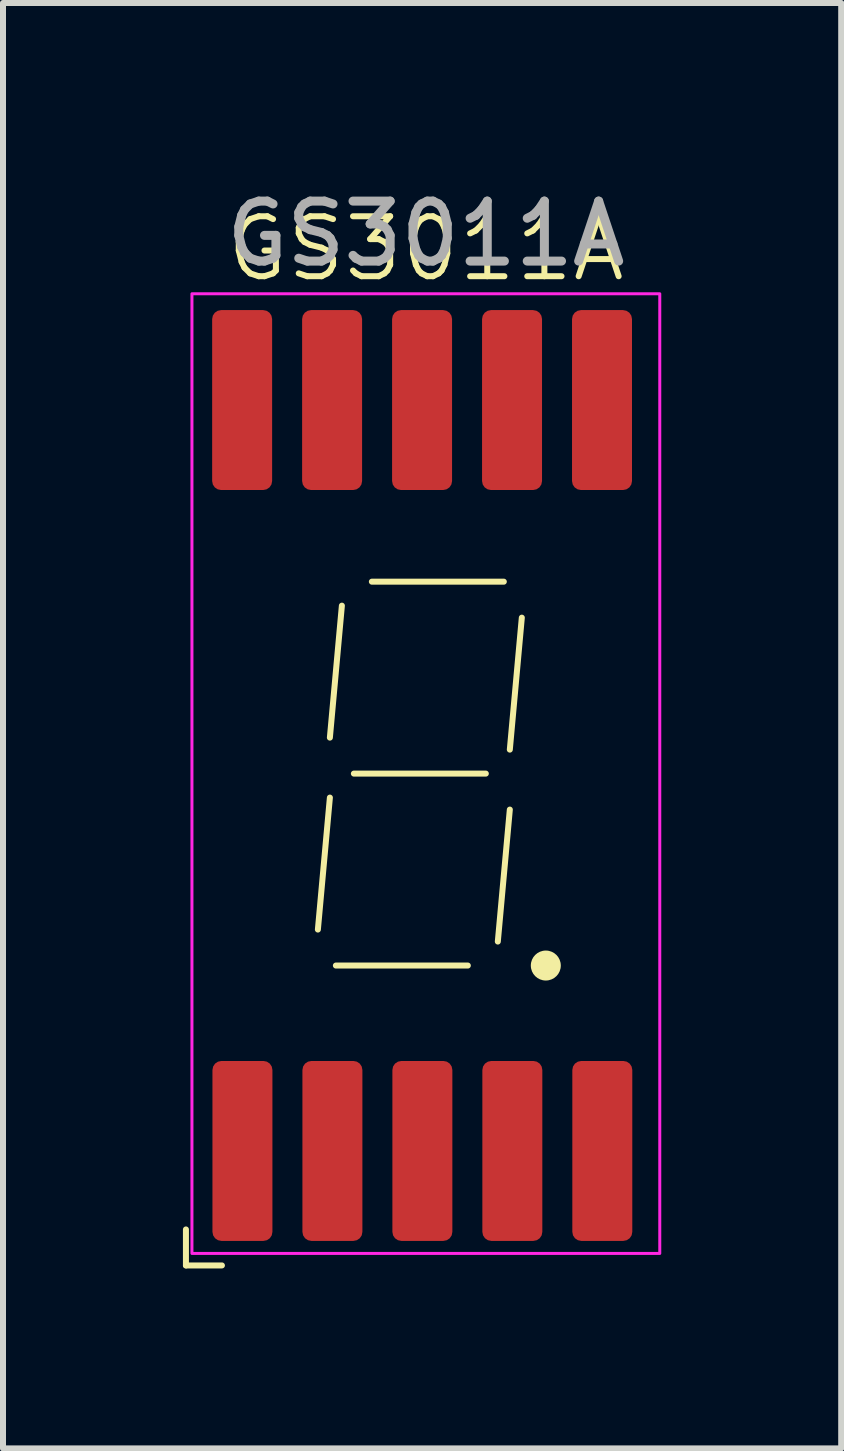
<source format=kicad_pcb>
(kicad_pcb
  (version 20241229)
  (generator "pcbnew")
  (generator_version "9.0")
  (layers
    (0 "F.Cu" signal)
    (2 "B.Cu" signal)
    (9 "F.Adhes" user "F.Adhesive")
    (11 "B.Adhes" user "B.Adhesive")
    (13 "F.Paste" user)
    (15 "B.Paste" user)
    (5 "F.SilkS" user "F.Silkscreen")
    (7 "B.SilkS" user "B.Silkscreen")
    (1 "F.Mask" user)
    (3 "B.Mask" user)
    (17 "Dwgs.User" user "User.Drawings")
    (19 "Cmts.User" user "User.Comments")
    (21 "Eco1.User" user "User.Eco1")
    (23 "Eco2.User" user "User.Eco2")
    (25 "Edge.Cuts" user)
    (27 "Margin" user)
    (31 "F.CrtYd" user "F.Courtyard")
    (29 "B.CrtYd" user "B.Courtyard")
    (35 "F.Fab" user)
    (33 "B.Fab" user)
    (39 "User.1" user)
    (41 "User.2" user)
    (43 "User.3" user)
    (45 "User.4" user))
  (footprint "GS3011A"
    (layer "F.Cu")
    (at 4.05 9.848)
    (property "Reference" "GS3011A" (at 0 -8.75 0) (unlocked yes) (layer "F.SilkS") (effects (font (size 1 1) (thickness 0.1))))
    (attr smd)
    (fp_line (start -4 7.6) (end -4 8.2) (stroke (width 0.1) (type default)) (layer "F.SilkS"))
    (fp_line (start -4 8.2) (end -3.4 8.2) (stroke (width 0.1) (type default)) (layer "F.SilkS"))
    (fp_line (start -1.8 2.6) (end -1.6 0.4) (stroke (width 0.1) (type default)) (layer "F.SilkS"))
    (fp_line (start -1.6 -0.6) (end -1.4 -2.8) (stroke (width 0.1) (type default)) (layer "F.SilkS"))
    (fp_line (start -1.2 0) (end 1 0) (stroke (width 0.1) (type default)) (layer "F.SilkS"))
    (fp_line (start -0.9 -3.2) (end 1.3 -3.2) (stroke (width 0.1) (type default)) (layer "F.SilkS"))
    (fp_line (start 0.7 3.2) (end -1.5 3.2) (stroke (width 0.1) (type default)) (layer "F.SilkS"))
    (fp_line (start 1.2 2.8) (end 1.4 0.6) (stroke (width 0.1) (type default)) (layer "F.SilkS"))
    (fp_line (start 1.4 -0.4) (end 1.6 -2.6) (stroke (width 0.1) (type default)) (layer "F.SilkS"))
    (fp_circle (center 2 3.2) (end 2.2 3.2) (stroke (width 0.1) (type solid)) (fill yes) (layer "F.SilkS"))
    (fp_rect (start -3.9 -8) (end 3.9 8) (stroke (width 0.05) (type solid)) (fill no) (layer "F.CrtYd"))
    (fp_text user "${REFERENCE}" (at 0 -9 0) (unlocked yes) (layer "F.Fab") (effects (font (size 1 1) (thickness 0.15))))
    (pad "1" smd roundrect (at -3.058 6.291 90) (size 3 1) (layers "F.Cu" "F.Mask" "F.Paste") (roundrect_rratio 0.15))
    (pad "2" smd roundrect (at -1.558 6.291 90) (size 3 1) (layers "F.Cu" "F.Mask" "F.Paste") (roundrect_rratio 0.15))
    (pad "3" smd roundrect (at -0.058 6.291 90) (size 3 1) (layers "F.Cu" "F.Mask" "F.Paste") (roundrect_rratio 0.15))
    (pad "4" smd roundrect (at 1.442 6.291 90) (size 3 1) (layers "F.Cu" "F.Mask" "F.Paste") (roundrect_rratio 0.15))
    (pad "5" smd roundrect (at 2.942 6.291 90) (size 3 1) (layers "F.Cu" "F.Mask" "F.Paste") (roundrect_rratio 0.15))
    (pad "6" smd roundrect (at 2.937 -6.228 90) (size 3 1) (layers "F.Cu" "F.Mask" "F.Paste") (roundrect_rratio 0.15))
    (pad "7" smd roundrect (at 1.437 -6.228 90) (size 3 1) (layers "F.Cu" "F.Mask" "F.Paste") (roundrect_rratio 0.15))
    (pad "8" smd roundrect (at -0.063 -6.228 90) (size 3 1) (layers "F.Cu" "F.Mask" "F.Paste") (roundrect_rratio 0.15))
    (pad "9" smd roundrect (at -1.563 -6.228 90) (size 3 1) (layers "F.Cu" "F.Mask" "F.Paste") (roundrect_rratio 0.15))
    (pad "10" smd roundrect (at -3.063 -6.228 90) (size 3 1) (layers "F.Cu" "F.Mask" "F.Paste") (roundrect_rratio 0.15)))
  (gr_rect
    (start -3 -3)
    (end 10.975 21.098)
    (stroke (width 0.1) (type default))
    (fill no)
    (layer "Edge.Cuts")))
</source>
